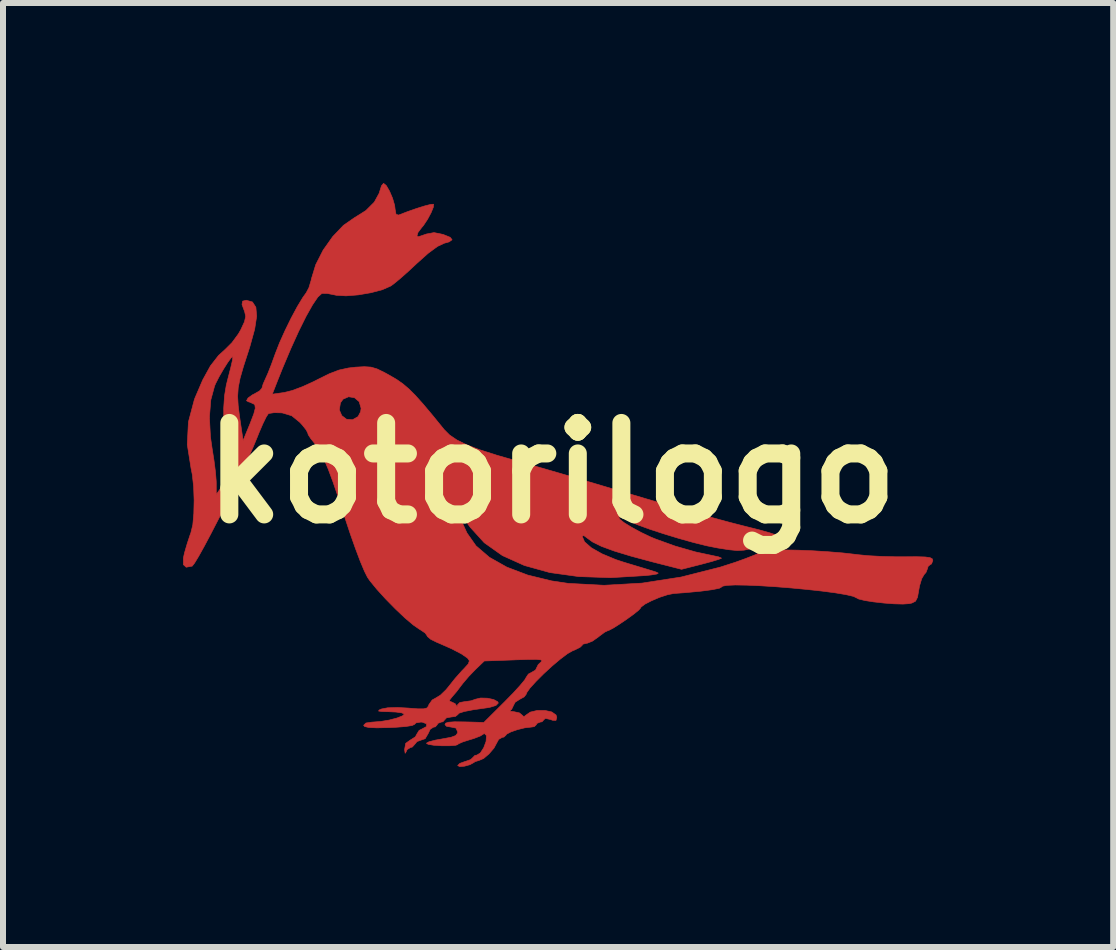
<source format=kicad_pcb>
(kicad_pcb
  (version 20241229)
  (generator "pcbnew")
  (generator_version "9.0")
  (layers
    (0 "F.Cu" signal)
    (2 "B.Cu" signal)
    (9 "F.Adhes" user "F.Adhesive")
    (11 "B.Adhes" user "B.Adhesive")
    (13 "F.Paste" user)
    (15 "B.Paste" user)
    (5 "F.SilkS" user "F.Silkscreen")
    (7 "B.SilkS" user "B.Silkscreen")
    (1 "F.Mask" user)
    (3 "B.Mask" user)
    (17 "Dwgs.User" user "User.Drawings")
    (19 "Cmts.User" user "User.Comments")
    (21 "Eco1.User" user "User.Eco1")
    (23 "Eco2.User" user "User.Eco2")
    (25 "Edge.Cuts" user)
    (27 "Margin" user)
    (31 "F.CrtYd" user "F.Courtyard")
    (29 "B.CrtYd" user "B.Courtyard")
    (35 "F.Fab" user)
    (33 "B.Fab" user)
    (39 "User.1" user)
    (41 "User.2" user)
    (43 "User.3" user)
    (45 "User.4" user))
  (footprint "kotorilogo"
    (layer "F.Cu")
    (at 6.141 4.831)
    (property "Reference" "kotorilogo" (at 0 0 0) (layer "F.SilkS") (effects (font (size 1.524 1.524) (thickness 0.3))))
    (attr through_hole)
    (fp_poly (pts (xy -2.755 -4.789) (xy -2.702 -4.698) (xy -2.651 -4.579) (xy -2.616 -4.459) (xy -2.608 -4.393) (xy -2.593 -4.31) (xy -2.55 -4.298) (xy -2.54 -4.302) (xy -2.402 -4.355) (xy -2.254 -4.407) (xy -2.117 -4.45) (xy -2.014 -4.476) (xy -1.968 -4.479) (xy -1.971 -4.43) (xy -2.009 -4.337) (xy -2.068 -4.227) (xy -2.135 -4.126) (xy -2.167 -4.088) (xy -2.228 -4.007) (xy -2.244 -3.95) (xy -2.225 -3.937) (xy -2.177 -3.951) (xy -2.088 -3.982) (xy -1.96 -4.006) (xy -1.811 -3.976) (xy -1.81 -3.976) (xy -1.692 -3.928) (xy -1.659 -3.887) (xy -1.709 -3.851) (xy -1.789 -3.829) (xy -1.902 -3.776) (xy -2.058 -3.661) (xy -2.244 -3.495) (xy -2.391 -3.358) (xy -2.529 -3.236) (xy -2.638 -3.147) (xy -2.683 -3.115) (xy -2.822 -3.054) (xy -3.012 -3.004) (xy -3.223 -2.968) (xy -3.425 -2.952) (xy -3.586 -2.961) (xy -3.618 -2.968) (xy -3.734 -2.991) (xy -3.821 -2.993) (xy -3.831 -2.99) (xy -3.896 -2.932) (xy -3.984 -2.802) (xy -4.092 -2.61) (xy -4.214 -2.364) (xy -4.346 -2.073) (xy -4.484 -1.746) (xy -4.568 -1.536) (xy -4.655 -1.314) (xy -4.455 -1.342) (xy -4.323 -1.375) (xy -4.149 -1.44) (xy -3.963 -1.525) (xy -3.905 -1.555) (xy -3.705 -1.654) (xy -3.543 -1.716) (xy -3.388 -1.75) (xy -3.27 -1.764) (xy -3.121 -1.772) (xy -3.011 -1.765) (xy -2.909 -1.735) (xy -2.782 -1.673) (xy -2.692 -1.623) (xy -2.581 -1.558) (xy -2.481 -1.488) (xy -2.382 -1.404) (xy -2.273 -1.296) (xy -2.144 -1.152) (xy -1.984 -0.962) (xy -1.79 -0.723) (xy -1.701 -0.634) (xy -1.579 -0.551) (xy -1.415 -0.47) (xy -1.198 -0.388) (xy -0.917 -0.298) (xy -0.621 -0.213) (xy -0.427 -0.159) (xy -0.167 -0.084) (xy 0.141 0.005) (xy 0.482 0.105) (xy 0.84 0.211) (xy 1.199 0.318) (xy 1.312 0.351) (xy 1.668 0.457) (xy 2.028 0.561) (xy 2.377 0.66) (xy 2.698 0.749) (xy 2.976 0.824) (xy 3.194 0.88) (xy 3.249 0.894) (xy 3.46 0.947) (xy 3.637 0.997) (xy 3.766 1.04) (xy 3.832 1.07) (xy 3.838 1.079) (xy 3.794 1.109) (xy 3.688 1.153) (xy 3.54 1.201) (xy 3.489 1.216) (xy 3.326 1.261) (xy 3.203 1.285) (xy 3.09 1.291) (xy 2.956 1.278) (xy 2.77 1.249) (xy 2.769 1.249) (xy 2.583 1.212) (xy 2.358 1.156) (xy 2.112 1.087) (xy 1.863 1.011) (xy 1.631 0.935) (xy 1.434 0.863) (xy 1.29 0.801) (xy 1.24 0.774) (xy 1.161 0.734) (xy 1.117 0.732) (xy 1.132 0.768) (xy 1.21 0.829) (xy 1.334 0.905) (xy 1.487 0.988) (xy 1.655 1.068) (xy 1.736 1.101) (xy 2.058 1.217) (xy 2.4 1.315) (xy 2.682 1.375) (xy 2.78 1.396) (xy 2.827 1.416) (xy 2.827 1.421) (xy 2.78 1.439) (xy 2.672 1.472) (xy 2.524 1.512) (xy 2.486 1.522) (xy 2.164 1.604) (xy 1.685 1.482) (xy 1.324 1.385) (xy 1.041 1.299) (xy 0.829 1.221) (xy 0.681 1.148) (xy 0.605 1.093) (xy 0.538 1.043) (xy 0.508 1.049) (xy 0.508 1.053) (xy 0.548 1.146) (xy 0.662 1.246) (xy 0.839 1.346) (xy 1.069 1.442) (xy 1.206 1.487) (xy 1.395 1.544) (xy 1.564 1.595) (xy 1.688 1.633) (xy 1.736 1.648) (xy 1.776 1.667) (xy 1.753 1.682) (xy 1.658 1.698) (xy 1.566 1.708) (xy 0.985 1.743) (xy 0.452 1.725) (xy -0.03 1.658) (xy -0.455 1.54) (xy -0.821 1.375) (xy -1.123 1.161) (xy -1.358 0.902) (xy -1.365 0.892) (xy -1.456 0.769) (xy -1.507 0.72) (xy -1.518 0.741) (xy -1.487 0.833) (xy -1.413 0.994) (xy -1.412 0.997) (xy -1.261 1.212) (xy -1.037 1.404) (xy -0.746 1.568) (xy -0.398 1.7) (xy 0.000053 1.797) (xy 0.275 1.838) (xy 0.873 1.87) (xy 1.504 1.834) (xy 2.155 1.733) (xy 2.81 1.567) (xy 3.064 1.485) (xy 3.235 1.423) (xy 3.38 1.366) (xy 3.476 1.322) (xy 3.498 1.307) (xy 3.562 1.291) (xy 3.695 1.283) (xy 3.88 1.281) (xy 4.104 1.285) (xy 4.351 1.295) (xy 4.605 1.311) (xy 4.85 1.331) (xy 5.072 1.356) (xy 5.101 1.36) (xy 5.273 1.377) (xy 5.495 1.389) (xy 5.733 1.395) (xy 5.874 1.395) (xy 6.083 1.394) (xy 6.221 1.398) (xy 6.303 1.409) (xy 6.341 1.429) (xy 6.35 1.457) (xy 6.328 1.515) (xy 6.308 1.524) (xy 6.269 1.558) (xy 6.265 1.582) (xy 6.236 1.657) (xy 6.206 1.69) (xy 6.165 1.76) (xy 6.129 1.879) (xy 6.117 1.945) (xy 6.095 2.07) (xy 6.062 2.135) (xy 6.001 2.166) (xy 5.955 2.176) (xy 5.852 2.183) (xy 5.705 2.179) (xy 5.535 2.166) (xy 5.365 2.147) (xy 5.218 2.124) (xy 5.116 2.099) (xy 5.083 2.082) (xy 5.028 2.055) (xy 4.904 2.026) (xy 4.726 1.996) (xy 4.506 1.967) (xy 4.258 1.94) (xy 3.995 1.915) (xy 3.731 1.894) (xy 3.478 1.878) (xy 3.249 1.868) (xy 3.059 1.865) (xy 2.92 1.871) (xy 2.845 1.885) (xy 2.836 1.895) (xy 2.795 1.919) (xy 2.677 1.943) (xy 2.488 1.968) (xy 2.236 1.992) (xy 2.032 2.007) (xy 1.928 2.028) (xy 1.797 2.071) (xy 1.665 2.127) (xy 1.554 2.184) (xy 1.489 2.233) (xy 1.482 2.248) (xy 1.449 2.285) (xy 1.366 2.352) (xy 1.254 2.433) (xy 1.133 2.515) (xy 1.026 2.583) (xy 0.953 2.621) (xy 0.938 2.625) (xy 0.885 2.65) (xy 0.8 2.713) (xy 0.779 2.73) (xy 0.68 2.8) (xy 0.594 2.835) (xy 0.582 2.836) (xy 0.519 2.852) (xy 0.508 2.87) (xy 0.472 2.904) (xy 0.383 2.948) (xy 0.349 2.961) (xy 0.264 3.009) (xy 0.145 3.099) (xy 0.007 3.215) (xy -0.134 3.345) (xy -0.261 3.472) (xy -0.361 3.582) (xy -0.417 3.661) (xy -0.423 3.683) (xy -0.458 3.729) (xy -0.529 3.768) (xy -0.608 3.818) (xy -0.635 3.869) (xy -0.667 3.937) (xy -0.688 3.951) (xy -0.692 3.967) (xy -0.628 3.976) (xy -0.537 3.996) (xy -0.494 4.032) (xy -0.462 4.061) (xy -0.437 4.039) (xy -0.357 3.983) (xy -0.24 3.955) (xy -0.112 3.955) (xy 0.001 3.98) (xy 0.072 4.03) (xy 0.085 4.068) (xy 0.072 4.121) (xy 0.019 4.12) (xy -0.021 4.106) (xy -0.105 4.087) (xy -0.127 4.107) (xy -0.161 4.144) (xy -0.191 4.149) (xy -0.247 4.172) (xy -0.254 4.191) (xy -0.29 4.225) (xy -0.344 4.233) (xy -0.449 4.245) (xy -0.57 4.275) (xy -0.68 4.313) (xy -0.75 4.35) (xy -0.762 4.367) (xy -0.796 4.399) (xy -0.823 4.403) (xy -0.883 4.438) (xy -0.911 4.489) (xy -0.961 4.582) (xy -1.044 4.679) (xy -1.133 4.755) (xy -1.2 4.784) (xy -1.28 4.81) (xy -1.293 4.821) (xy -1.362 4.859) (xy -1.452 4.884) (xy -1.532 4.891) (xy -1.566 4.873) (xy -1.566 4.873) (xy -1.53 4.837) (xy -1.442 4.805) (xy -1.439 4.805) (xy -1.35 4.774) (xy -1.312 4.739) (xy -1.312 4.738) (xy -1.278 4.704) (xy -1.247 4.699) (xy -1.188 4.663) (xy -1.132 4.576) (xy -1.093 4.471) (xy -1.087 4.381) (xy -1.09 4.37) (xy -1.123 4.338) (xy -1.138 4.349) (xy -1.191 4.382) (xy -1.298 4.423) (xy -1.365 4.443) (xy -1.481 4.48) (xy -1.554 4.512) (xy -1.566 4.525) (xy -1.605 4.537) (xy -1.705 4.544) (xy -1.831 4.544) (xy -1.966 4.535) (xy -2.059 4.519) (xy -2.087 4.501) (xy -2.044 4.477) (xy -1.94 4.45) (xy -1.822 4.429) (xy -1.676 4.402) (xy -1.598 4.373) (xy -1.568 4.331) (xy -1.566 4.312) (xy -1.595 4.249) (xy -1.672 4.233) (xy -1.752 4.219) (xy -1.778 4.191) (xy -1.765 4.166) (xy -1.716 4.151) (xy -1.618 4.144) (xy -1.455 4.146) (xy -1.359 4.148) (xy -1.13 4.155) (xy -0.777 3.804) (xy -0.638 3.662) (xy -0.525 3.538) (xy -0.449 3.446) (xy -0.423 3.401) (xy -0.388 3.349) (xy -0.339 3.323) (xy -0.27 3.283) (xy -0.254 3.251) (xy -0.224 3.191) (xy -0.18 3.15) (xy -0.16 3.126) (xy -0.182 3.112) (xy -0.256 3.105) (xy -0.393 3.106) (xy -0.604 3.112) (xy -0.614 3.113) (xy -1.122 3.131) (xy -1.27 3.273) (xy -1.38 3.387) (xy -1.478 3.502) (xy -1.503 3.534) (xy -1.585 3.643) (xy -1.662 3.732) (xy -1.707 3.79) (xy -1.688 3.809) (xy -1.676 3.81) (xy -1.608 3.842) (xy -1.594 3.863) (xy -1.575 3.894) (xy -1.57 3.863) (xy -1.531 3.823) (xy -1.458 3.81) (xy -1.342 3.794) (xy -1.273 3.769) (xy -1.185 3.748) (xy -1.072 3.751) (xy -0.967 3.773) (xy -0.899 3.81) (xy -0.889 3.832) (xy -0.928 3.872) (xy -1.029 3.903) (xy -1.069 3.91) (xy -1.302 3.943) (xy -1.457 3.973) (xy -1.543 4.001) (xy -1.566 4.026) (xy -1.603 4.055) (xy -1.672 4.064) (xy -1.752 4.078) (xy -1.778 4.106) (xy -1.812 4.144) (xy -1.841 4.149) (xy -1.898 4.172) (xy -1.905 4.191) (xy -1.939 4.229) (xy -1.968 4.233) (xy -2.024 4.269) (xy -2.057 4.339) (xy -2.108 4.426) (xy -2.165 4.445) (xy -2.244 4.474) (xy -2.271 4.508) (xy -2.322 4.565) (xy -2.351 4.572) (xy -2.408 4.607) (xy -2.426 4.646) (xy -2.441 4.669) (xy -2.45 4.612) (xy -2.45 4.603) (xy -2.432 4.503) (xy -2.352 4.446) (xy -2.349 4.445) (xy -2.271 4.395) (xy -2.244 4.345) (xy -2.208 4.287) (xy -2.159 4.263) (xy -2.085 4.223) (xy -2.086 4.177) (xy -2.157 4.15) (xy -2.18 4.149) (xy -2.26 4.162) (xy -2.286 4.188) (xy -2.325 4.206) (xy -2.431 4.223) (xy -2.586 4.235) (xy -2.709 4.241) (xy -2.914 4.245) (xy -3.046 4.239) (xy -3.115 4.224) (xy -3.133 4.202) (xy -3.094 4.164) (xy -2.989 4.149) (xy -2.982 4.149) (xy -2.849 4.139) (xy -2.706 4.115) (xy -2.576 4.081) (xy -2.485 4.045) (xy -2.455 4.017) (xy -2.494 3.996) (xy -2.593 3.982) (xy -2.699 3.977) (xy -2.829 3.973) (xy -2.884 3.965) (xy -2.874 3.948) (xy -2.836 3.931) (xy -2.733 3.911) (xy -2.57 3.906) (xy -2.399 3.915) (xy -2.233 3.928) (xy -2.132 3.928) (xy -2.078 3.914) (xy -2.053 3.882) (xy -2.046 3.859) (xy -1.991 3.781) (xy -1.933 3.749) (xy -1.854 3.701) (xy -1.759 3.609) (xy -1.714 3.554) (xy -1.609 3.422) (xy -1.498 3.297) (xy -1.464 3.262) (xy -1.389 3.18) (xy -1.371 3.128) (xy -1.401 3.084) (xy -1.502 3.014) (xy -1.667 2.928) (xy -1.88 2.834) (xy -1.916 2.819) (xy -2.015 2.77) (xy -2.071 2.723) (xy -2.074 2.713) (xy -2.108 2.665) (xy -2.191 2.609) (xy -2.201 2.604) (xy -2.305 2.532) (xy -2.446 2.413) (xy -2.605 2.262) (xy -2.767 2.097) (xy -2.914 1.935) (xy -3.029 1.794) (xy -3.069 1.736) (xy -3.119 1.636) (xy -3.188 1.472) (xy -3.268 1.26) (xy -3.354 1.017) (xy -3.438 0.764) (xy -3.55 0.421) (xy -3.643 0.148) (xy -3.723 -0.066) (xy -3.794 -0.233) (xy -3.861 -0.363) (xy -3.929 -0.469) (xy -4.003 -0.561) (xy -4.011 -0.57) (xy -4.056 -0.639) (xy -4.064 -0.668) (xy -4.091 -0.72) (xy -4.159 -0.805) (xy -4.197 -0.846) (xy -4.33 -0.954) (xy -4.481 -1) (xy -4.504 -1.003) (xy -4.624 -1.006) (xy -4.709 -0.993) (xy -4.722 -0.986) (xy -4.756 -0.934) (xy -4.811 -0.822) (xy -4.876 -0.671) (xy -4.907 -0.593) (xy -4.975 -0.429) (xy -5.068 -0.223) (xy -5.178 0.012) (xy -5.3 0.265) (xy -5.428 0.524) (xy -5.556 0.777) (xy -5.678 1.013) (xy -5.788 1.22) (xy -5.881 1.387) (xy -5.95 1.501) (xy -5.989 1.551) (xy -5.991 1.551) (xy -6.089 1.569) (xy -6.136 1.526) (xy -6.136 1.416) (xy -6.116 1.326) (xy -6.072 1.175) (xy -6.026 1.036) (xy -6.011 0.995) (xy -5.979 0.864) (xy -5.962 0.676) (xy -5.957 0.456) (xy -5.965 0.231) (xy -5.987 0.027) (xy -6.009 -0.085) (xy -6.071 -0.475) (xy -6.052 -0.85) (xy -6.031 -0.93) (xy -5.702 -0.93) (xy -5.685 -0.604) (xy -5.656 -0.402) (xy -5.625 -0.205) (xy -5.601 -0.016) (xy -5.589 0.134) (xy -5.588 0.168) (xy -5.588 0.358) (xy -5.516 0.254) (xy -5.466 0.137) (xy -5.448 -0.037) (xy -5.448 -0.105) (xy -5.451 -0.258) (xy -5.455 -0.464) (xy -5.46 -0.691) (xy -5.463 -0.826) (xy -5.464 -1.081) (xy -5.451 -1.283) (xy -5.421 -1.465) (xy -5.385 -1.608) (xy -5.346 -1.759) (xy -5.319 -1.876) (xy -5.311 -1.936) (xy -5.313 -1.94) (xy -5.342 -1.918) (xy -5.398 -1.841) (xy -5.468 -1.73) (xy -5.54 -1.606) (xy -5.6 -1.488) (xy -5.616 -1.45) (xy -5.679 -1.218) (xy -5.702 -0.93) (xy -6.031 -0.93) (xy -5.953 -1.224) (xy -5.942 -1.253) (xy -5.813 -1.553) (xy -5.686 -1.784) (xy -5.551 -1.958) (xy -5.438 -2.061) (xy -5.327 -2.172) (xy -5.22 -2.317) (xy -5.179 -2.388) (xy -5.118 -2.52) (xy -5.098 -2.61) (xy -5.114 -2.685) (xy -5.118 -2.696) (xy -5.159 -2.808) (xy -5.149 -2.864) (xy -5.088 -2.879) (xy -4.985 -2.85) (xy -4.928 -2.762) (xy -4.915 -2.612) (xy -4.948 -2.397) (xy -5.026 -2.114) (xy -5.055 -2.022) (xy -5.136 -1.772) (xy -5.191 -1.58) (xy -5.222 -1.423) (xy -5.232 -1.279) (xy -5.223 -1.126) (xy -5.2 -0.942) (xy -5.196 -0.917) (xy -5.141 -0.542) (xy -5.023 -0.828) (xy -4.963 -0.984) (xy -4.945 -1.053) (xy -3.538 -1.053) (xy -3.497 -0.957) (xy -3.417 -0.896) (xy -3.318 -0.888) (xy -3.226 -0.94) (xy -3.183 -1.022) (xy -3.175 -1.079) (xy -3.207 -1.189) (xy -3.285 -1.255) (xy -3.383 -1.271) (xy -3.475 -1.231) (xy -3.519 -1.17) (xy -3.538 -1.053) (xy -4.945 -1.053) (xy -4.938 -1.08) (xy -4.945 -1.133) (xy -4.961 -1.149) (xy -5.03 -1.181) (xy -5.048 -1.185) (xy -5.084 -1.205) (xy -5.059 -1.25) (xy -4.987 -1.302) (xy -4.953 -1.319) (xy -4.866 -1.369) (xy -4.826 -1.415) (xy -4.826 -1.418) (xy -4.807 -1.484) (xy -4.769 -1.569) (xy -4.728 -1.661) (xy -4.671 -1.805) (xy -4.611 -1.971) (xy -4.603 -1.992) (xy -4.534 -2.169) (xy -4.442 -2.374) (xy -4.34 -2.582) (xy -4.237 -2.774) (xy -4.145 -2.926) (xy -4.089 -3.004) (xy -4.045 -3.087) (xy -4.008 -3.209) (xy -4.003 -3.235) (xy -3.931 -3.471) (xy -3.808 -3.713) (xy -3.648 -3.939) (xy -3.469 -4.127) (xy -3.285 -4.255) (xy -3.274 -4.261) (xy -3.096 -4.373) (xy -2.955 -4.514) (xy -2.873 -4.664) (xy -2.864 -4.696) (xy -2.835 -4.787) (xy -2.801 -4.826) (xy -2.8 -4.826) (xy -2.755 -4.789)) (stroke (width 0.01) (type solid)) (fill yes) (layer "F.Cu"))
    (fp_poly (pts (xy -2.755 -4.789) (xy -2.702 -4.698) (xy -2.651 -4.579) (xy -2.616 -4.459) (xy -2.608 -4.393) (xy -2.593 -4.31) (xy -2.55 -4.298) (xy -2.54 -4.302) (xy -2.402 -4.355) (xy -2.254 -4.407) (xy -2.117 -4.45) (xy -2.014 -4.476) (xy -1.968 -4.479) (xy -1.971 -4.43) (xy -2.009 -4.337) (xy -2.068 -4.227) (xy -2.135 -4.126) (xy -2.167 -4.088) (xy -2.228 -4.007) (xy -2.244 -3.95) (xy -2.225 -3.937) (xy -2.177 -3.951) (xy -2.088 -3.982) (xy -1.96 -4.006) (xy -1.811 -3.976) (xy -1.81 -3.976) (xy -1.692 -3.928) (xy -1.659 -3.887) (xy -1.709 -3.851) (xy -1.789 -3.829) (xy -1.902 -3.776) (xy -2.058 -3.661) (xy -2.244 -3.495) (xy -2.391 -3.358) (xy -2.529 -3.236) (xy -2.638 -3.147) (xy -2.683 -3.115) (xy -2.822 -3.054) (xy -3.012 -3.004) (xy -3.223 -2.968) (xy -3.425 -2.952) (xy -3.586 -2.961) (xy -3.618 -2.968) (xy -3.734 -2.991) (xy -3.821 -2.993) (xy -3.831 -2.99) (xy -3.896 -2.932) (xy -3.984 -2.802) (xy -4.092 -2.61) (xy -4.214 -2.364) (xy -4.346 -2.073) (xy -4.484 -1.746) (xy -4.568 -1.536) (xy -4.655 -1.314) (xy -4.455 -1.342) (xy -4.323 -1.375) (xy -4.149 -1.44) (xy -3.963 -1.525) (xy -3.905 -1.555) (xy -3.705 -1.654) (xy -3.543 -1.716) (xy -3.388 -1.75) (xy -3.27 -1.764) (xy -3.121 -1.772) (xy -3.011 -1.765) (xy -2.909 -1.735) (xy -2.782 -1.673) (xy -2.692 -1.623) (xy -2.581 -1.558) (xy -2.481 -1.488) (xy -2.382 -1.404) (xy -2.273 -1.296) (xy -2.144 -1.152) (xy -1.984 -0.962) (xy -1.79 -0.723) (xy -1.701 -0.634) (xy -1.579 -0.551) (xy -1.415 -0.47) (xy -1.198 -0.388) (xy -0.917 -0.298) (xy -0.621 -0.213) (xy -0.427 -0.159) (xy -0.167 -0.084) (xy 0.141 0.005) (xy 0.482 0.105) (xy 0.84 0.211) (xy 1.199 0.318) (xy 1.312 0.351) (xy 1.668 0.457) (xy 2.028 0.561) (xy 2.377 0.66) (xy 2.698 0.749) (xy 2.976 0.824) (xy 3.194 0.88) (xy 3.249 0.894) (xy 3.46 0.947) (xy 3.637 0.997) (xy 3.766 1.04) (xy 3.832 1.07) (xy 3.838 1.079) (xy 3.794 1.109) (xy 3.688 1.153) (xy 3.54 1.201) (xy 3.489 1.216) (xy 3.326 1.261) (xy 3.203 1.285) (xy 3.09 1.291) (xy 2.956 1.278) (xy 2.77 1.249) (xy 2.769 1.249) (xy 2.583 1.212) (xy 2.358 1.156) (xy 2.112 1.087) (xy 1.863 1.011) (xy 1.631 0.935) (xy 1.434 0.863) (xy 1.29 0.801) (xy 1.24 0.774) (xy 1.161 0.734) (xy 1.117 0.732) (xy 1.132 0.768) (xy 1.21 0.829) (xy 1.334 0.905) (xy 1.487 0.988) (xy 1.655 1.068) (xy 1.736 1.101) (xy 2.058 1.217) (xy 2.4 1.315) (xy 2.682 1.375) (xy 2.78 1.396) (xy 2.827 1.416) (xy 2.827 1.421) (xy 2.78 1.439) (xy 2.672 1.472) (xy 2.524 1.512) (xy 2.486 1.522) (xy 2.164 1.604) (xy 1.685 1.482) (xy 1.324 1.385) (xy 1.041 1.299) (xy 0.829 1.221) (xy 0.681 1.148) (xy 0.605 1.093) (xy 0.538 1.043) (xy 0.508 1.049) (xy 0.508 1.053) (xy 0.548 1.146) (xy 0.662 1.246) (xy 0.839 1.346) (xy 1.069 1.442) (xy 1.206 1.487) (xy 1.395 1.544) (xy 1.564 1.595) (xy 1.688 1.633) (xy 1.736 1.648) (xy 1.776 1.667) (xy 1.753 1.682) (xy 1.658 1.698) (xy 1.566 1.708) (xy 0.985 1.743) (xy 0.452 1.725) (xy -0.03 1.658) (xy -0.455 1.54) (xy -0.821 1.375) (xy -1.123 1.161) (xy -1.358 0.902) (xy -1.365 0.892) (xy -1.456 0.769) (xy -1.507 0.72) (xy -1.518 0.741) (xy -1.487 0.833) (xy -1.413 0.994) (xy -1.412 0.997) (xy -1.261 1.212) (xy -1.037 1.404) (xy -0.746 1.568) (xy -0.398 1.7) (xy 0.000053 1.797) (xy 0.275 1.838) (xy 0.873 1.87) (xy 1.504 1.834) (xy 2.155 1.733) (xy 2.81 1.567) (xy 3.064 1.485) (xy 3.235 1.423) (xy 3.38 1.366) (xy 3.476 1.322) (xy 3.498 1.307) (xy 3.562 1.291) (xy 3.695 1.283) (xy 3.88 1.281) (xy 4.104 1.285) (xy 4.351 1.295) (xy 4.605 1.311) (xy 4.85 1.331) (xy 5.072 1.356) (xy 5.101 1.36) (xy 5.273 1.377) (xy 5.495 1.389) (xy 5.733 1.395) (xy 5.874 1.395) (xy 6.083 1.394) (xy 6.221 1.398) (xy 6.303 1.409) (xy 6.341 1.429) (xy 6.35 1.457) (xy 6.328 1.515) (xy 6.308 1.524) (xy 6.269 1.558) (xy 6.265 1.582) (xy 6.236 1.657) (xy 6.206 1.69) (xy 6.165 1.76) (xy 6.129 1.879) (xy 6.117 1.945) (xy 6.095 2.07) (xy 6.062 2.135) (xy 6.001 2.166) (xy 5.955 2.176) (xy 5.852 2.183) (xy 5.705 2.179) (xy 5.535 2.166) (xy 5.365 2.147) (xy 5.218 2.124) (xy 5.116 2.099) (xy 5.083 2.082) (xy 5.028 2.055) (xy 4.904 2.026) (xy 4.726 1.996) (xy 4.506 1.967) (xy 4.258 1.94) (xy 3.995 1.915) (xy 3.731 1.894) (xy 3.478 1.878) (xy 3.249 1.868) (xy 3.059 1.865) (xy 2.92 1.871) (xy 2.845 1.885) (xy 2.836 1.895) (xy 2.795 1.919) (xy 2.677 1.943) (xy 2.488 1.968) (xy 2.236 1.992) (xy 2.032 2.007) (xy 1.928 2.028) (xy 1.797 2.071) (xy 1.665 2.127) (xy 1.554 2.184) (xy 1.489 2.233) (xy 1.482 2.248) (xy 1.449 2.285) (xy 1.366 2.352) (xy 1.254 2.433) (xy 1.133 2.515) (xy 1.026 2.583) (xy 0.953 2.621) (xy 0.938 2.625) (xy 0.885 2.65) (xy 0.8 2.713) (xy 0.779 2.73) (xy 0.68 2.8) (xy 0.594 2.835) (xy 0.582 2.836) (xy 0.519 2.852) (xy 0.508 2.87) (xy 0.472 2.904) (xy 0.383 2.948) (xy 0.349 2.961) (xy 0.264 3.009) (xy 0.145 3.099) (xy 0.007 3.215) (xy -0.134 3.345) (xy -0.261 3.472) (xy -0.361 3.582) (xy -0.417 3.661) (xy -0.423 3.683) (xy -0.458 3.729) (xy -0.529 3.768) (xy -0.608 3.818) (xy -0.635 3.869) (xy -0.667 3.937) (xy -0.688 3.951) (xy -0.692 3.967) (xy -0.628 3.976) (xy -0.537 3.996) (xy -0.494 4.032) (xy -0.462 4.061) (xy -0.437 4.039) (xy -0.357 3.983) (xy -0.24 3.955) (xy -0.112 3.955) (xy 0.001 3.98) (xy 0.072 4.03) (xy 0.085 4.068) (xy 0.072 4.121) (xy 0.019 4.12) (xy -0.021 4.106) (xy -0.105 4.087) (xy -0.127 4.107) (xy -0.161 4.144) (xy -0.191 4.149) (xy -0.247 4.172) (xy -0.254 4.191) (xy -0.29 4.225) (xy -0.344 4.233) (xy -0.449 4.245) (xy -0.57 4.275) (xy -0.68 4.313) (xy -0.75 4.35) (xy -0.762 4.367) (xy -0.796 4.399) (xy -0.823 4.403) (xy -0.883 4.438) (xy -0.911 4.489) (xy -0.961 4.582) (xy -1.044 4.679) (xy -1.133 4.755) (xy -1.2 4.784) (xy -1.28 4.81) (xy -1.293 4.821) (xy -1.362 4.859) (xy -1.452 4.884) (xy -1.532 4.891) (xy -1.566 4.873) (xy -1.566 4.873) (xy -1.53 4.837) (xy -1.442 4.805) (xy -1.439 4.805) (xy -1.35 4.774) (xy -1.312 4.739) (xy -1.312 4.738) (xy -1.278 4.704) (xy -1.247 4.699) (xy -1.188 4.663) (xy -1.132 4.576) (xy -1.093 4.471) (xy -1.087 4.381) (xy -1.09 4.37) (xy -1.123 4.338) (xy -1.138 4.349) (xy -1.191 4.382) (xy -1.298 4.423) (xy -1.365 4.443) (xy -1.481 4.48) (xy -1.554 4.512) (xy -1.566 4.525) (xy -1.605 4.537) (xy -1.705 4.544) (xy -1.831 4.544) (xy -1.966 4.535) (xy -2.059 4.519) (xy -2.087 4.501) (xy -2.044 4.477) (xy -1.94 4.45) (xy -1.822 4.429) (xy -1.676 4.402) (xy -1.598 4.373) (xy -1.568 4.331) (xy -1.566 4.312) (xy -1.595 4.249) (xy -1.672 4.233) (xy -1.752 4.219) (xy -1.778 4.191) (xy -1.765 4.166) (xy -1.716 4.151) (xy -1.618 4.144) (xy -1.455 4.146) (xy -1.359 4.148) (xy -1.13 4.155) (xy -0.777 3.804) (xy -0.638 3.662) (xy -0.525 3.538) (xy -0.449 3.446) (xy -0.423 3.401) (xy -0.388 3.349) (xy -0.339 3.323) (xy -0.27 3.283) (xy -0.254 3.251) (xy -0.224 3.191) (xy -0.18 3.15) (xy -0.16 3.126) (xy -0.182 3.112) (xy -0.256 3.105) (xy -0.393 3.106) (xy -0.604 3.112) (xy -0.614 3.113) (xy -1.122 3.131) (xy -1.27 3.273) (xy -1.38 3.387) (xy -1.478 3.502) (xy -1.503 3.534) (xy -1.585 3.643) (xy -1.662 3.732) (xy -1.707 3.79) (xy -1.688 3.809) (xy -1.676 3.81) (xy -1.608 3.842) (xy -1.594 3.863) (xy -1.575 3.894) (xy -1.57 3.863) (xy -1.531 3.823) (xy -1.458 3.81) (xy -1.342 3.794) (xy -1.273 3.769) (xy -1.185 3.748) (xy -1.072 3.751) (xy -0.967 3.773) (xy -0.899 3.81) (xy -0.889 3.832) (xy -0.928 3.872) (xy -1.029 3.903) (xy -1.069 3.91) (xy -1.302 3.943) (xy -1.457 3.973) (xy -1.543 4.001) (xy -1.566 4.026) (xy -1.603 4.055) (xy -1.672 4.064) (xy -1.752 4.078) (xy -1.778 4.106) (xy -1.812 4.144) (xy -1.841 4.149) (xy -1.898 4.172) (xy -1.905 4.191) (xy -1.939 4.229) (xy -1.968 4.233) (xy -2.024 4.269) (xy -2.057 4.339) (xy -2.108 4.426) (xy -2.165 4.445) (xy -2.244 4.474) (xy -2.271 4.508) (xy -2.322 4.565) (xy -2.351 4.572) (xy -2.408 4.607) (xy -2.426 4.646) (xy -2.441 4.669) (xy -2.45 4.612) (xy -2.45 4.603) (xy -2.432 4.503) (xy -2.352 4.446) (xy -2.349 4.445) (xy -2.271 4.395) (xy -2.244 4.345) (xy -2.208 4.287) (xy -2.159 4.263) (xy -2.085 4.223) (xy -2.086 4.177) (xy -2.157 4.15) (xy -2.18 4.149) (xy -2.26 4.162) (xy -2.286 4.188) (xy -2.325 4.206) (xy -2.431 4.223) (xy -2.586 4.235) (xy -2.709 4.241) (xy -2.914 4.245) (xy -3.046 4.239) (xy -3.115 4.224) (xy -3.133 4.202) (xy -3.094 4.164) (xy -2.989 4.149) (xy -2.982 4.149) (xy -2.849 4.139) (xy -2.706 4.115) (xy -2.576 4.081) (xy -2.485 4.045) (xy -2.455 4.017) (xy -2.494 3.996) (xy -2.593 3.982) (xy -2.699 3.977) (xy -2.829 3.973) (xy -2.884 3.965) (xy -2.874 3.948) (xy -2.836 3.931) (xy -2.733 3.911) (xy -2.57 3.906) (xy -2.399 3.915) (xy -2.233 3.928) (xy -2.132 3.928) (xy -2.078 3.914) (xy -2.053 3.882) (xy -2.046 3.859) (xy -1.991 3.781) (xy -1.933 3.749) (xy -1.854 3.701) (xy -1.759 3.609) (xy -1.714 3.554) (xy -1.609 3.422) (xy -1.498 3.297) (xy -1.464 3.262) (xy -1.389 3.18) (xy -1.371 3.128) (xy -1.401 3.084) (xy -1.502 3.014) (xy -1.667 2.928) (xy -1.88 2.834) (xy -1.916 2.819) (xy -2.015 2.77) (xy -2.071 2.723) (xy -2.074 2.713) (xy -2.108 2.665) (xy -2.191 2.609) (xy -2.201 2.604) (xy -2.305 2.532) (xy -2.446 2.413) (xy -2.605 2.262) (xy -2.767 2.097) (xy -2.914 1.935) (xy -3.029 1.794) (xy -3.069 1.736) (xy -3.119 1.636) (xy -3.188 1.472) (xy -3.268 1.26) (xy -3.354 1.017) (xy -3.438 0.764) (xy -3.55 0.421) (xy -3.643 0.148) (xy -3.723 -0.066) (xy -3.794 -0.233) (xy -3.861 -0.363) (xy -3.929 -0.469) (xy -4.003 -0.561) (xy -4.011 -0.57) (xy -4.056 -0.639) (xy -4.064 -0.668) (xy -4.091 -0.72) (xy -4.159 -0.805) (xy -4.197 -0.846) (xy -4.33 -0.954) (xy -4.481 -1) (xy -4.504 -1.003) (xy -4.624 -1.006) (xy -4.709 -0.993) (xy -4.722 -0.986) (xy -4.756 -0.934) (xy -4.811 -0.822) (xy -4.876 -0.671) (xy -4.907 -0.593) (xy -4.975 -0.429) (xy -5.068 -0.223) (xy -5.178 0.012) (xy -5.3 0.265) (xy -5.428 0.524) (xy -5.556 0.777) (xy -5.678 1.013) (xy -5.788 1.22) (xy -5.881 1.387) (xy -5.95 1.501) (xy -5.989 1.551) (xy -5.991 1.551) (xy -6.089 1.569) (xy -6.136 1.526) (xy -6.136 1.416) (xy -6.116 1.326) (xy -6.072 1.175) (xy -6.026 1.036) (xy -6.011 0.995) (xy -5.979 0.864) (xy -5.962 0.676) (xy -5.957 0.456) (xy -5.965 0.231) (xy -5.987 0.027) (xy -6.009 -0.085) (xy -6.071 -0.475) (xy -6.052 -0.85) (xy -6.031 -0.93) (xy -5.702 -0.93) (xy -5.685 -0.604) (xy -5.656 -0.402) (xy -5.625 -0.205) (xy -5.601 -0.016) (xy -5.589 0.134) (xy -5.588 0.168) (xy -5.588 0.358) (xy -5.516 0.254) (xy -5.466 0.137) (xy -5.448 -0.037) (xy -5.448 -0.105) (xy -5.451 -0.258) (xy -5.455 -0.464) (xy -5.46 -0.691) (xy -5.463 -0.826) (xy -5.464 -1.081) (xy -5.451 -1.283) (xy -5.421 -1.465) (xy -5.385 -1.608) (xy -5.346 -1.759) (xy -5.319 -1.876) (xy -5.311 -1.936) (xy -5.313 -1.94) (xy -5.342 -1.918) (xy -5.398 -1.841) (xy -5.468 -1.73) (xy -5.54 -1.606) (xy -5.6 -1.488) (xy -5.616 -1.45) (xy -5.679 -1.218) (xy -5.702 -0.93) (xy -6.031 -0.93) (xy -5.953 -1.224) (xy -5.942 -1.253) (xy -5.813 -1.553) (xy -5.686 -1.784) (xy -5.551 -1.958) (xy -5.438 -2.061) (xy -5.327 -2.172) (xy -5.22 -2.317) (xy -5.179 -2.388) (xy -5.118 -2.52) (xy -5.098 -2.61) (xy -5.114 -2.685) (xy -5.118 -2.696) (xy -5.159 -2.808) (xy -5.149 -2.864) (xy -5.088 -2.879) (xy -4.985 -2.85) (xy -4.928 -2.762) (xy -4.915 -2.612) (xy -4.948 -2.397) (xy -5.026 -2.114) (xy -5.055 -2.022) (xy -5.136 -1.772) (xy -5.191 -1.58) (xy -5.222 -1.423) (xy -5.232 -1.279) (xy -5.223 -1.126) (xy -5.2 -0.942) (xy -5.196 -0.917) (xy -5.141 -0.542) (xy -5.023 -0.828) (xy -4.963 -0.984) (xy -4.945 -1.053) (xy -3.538 -1.053) (xy -3.497 -0.957) (xy -3.417 -0.896) (xy -3.318 -0.888) (xy -3.226 -0.94) (xy -3.183 -1.022) (xy -3.175 -1.079) (xy -3.207 -1.189) (xy -3.285 -1.255) (xy -3.383 -1.271) (xy -3.475 -1.231) (xy -3.519 -1.17) (xy -3.538 -1.053) (xy -4.945 -1.053) (xy -4.938 -1.08) (xy -4.945 -1.133) (xy -4.961 -1.149) (xy -5.03 -1.181) (xy -5.048 -1.185) (xy -5.084 -1.205) (xy -5.059 -1.25) (xy -4.987 -1.302) (xy -4.953 -1.319) (xy -4.866 -1.369) (xy -4.826 -1.415) (xy -4.826 -1.418) (xy -4.807 -1.484) (xy -4.769 -1.569) (xy -4.728 -1.661) (xy -4.671 -1.805) (xy -4.611 -1.971) (xy -4.603 -1.992) (xy -4.534 -2.169) (xy -4.442 -2.374) (xy -4.34 -2.582) (xy -4.237 -2.774) (xy -4.145 -2.926) (xy -4.089 -3.004) (xy -4.045 -3.087) (xy -4.008 -3.209) (xy -4.003 -3.235) (xy -3.931 -3.471) (xy -3.808 -3.713) (xy -3.648 -3.939) (xy -3.469 -4.127) (xy -3.285 -4.255) (xy -3.274 -4.261) (xy -3.096 -4.373) (xy -2.955 -4.514) (xy -2.873 -4.664) (xy -2.864 -4.696) (xy -2.835 -4.787) (xy -2.801 -4.826) (xy -2.8 -4.826) (xy -2.755 -4.789)) (stroke (width 0.01) (type solid)) (fill yes) (layer "F.Mask")))
  (gr_rect
    (start -3 -3)
    (end 15.496 12.727)
    (stroke (width 0.1) (type default))
    (fill no)
    (layer "Edge.Cuts")))
</source>
